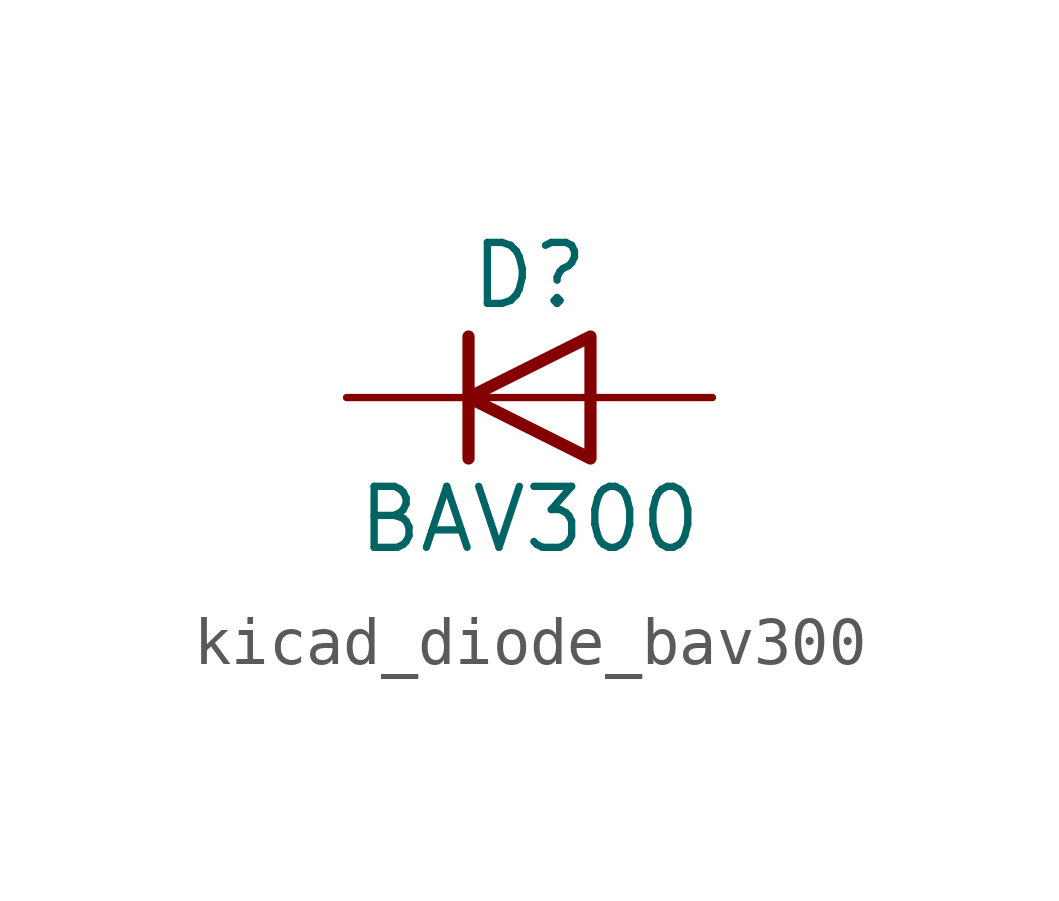
<source format=kicad_sym>
(kicad_symbol_lib
  (version 20220914)
  (generator kicad_symbol_editor)
  (symbol "kicad_diode_bav300"
    (pin_numbers hide)
    (pin_names hide)
    (property "Reference" "D"
      (at 0 2.54 0)
      (effects (font (size 1.27 1.27))))
    (property "Value" "BAV300"
      (at 0 -2.54 0)
      (effects (font (size 1.27 1.27))))
    (symbol "kicad_diode_bav300_0_1"
      (polyline (pts (xy -1.27 1.27) (xy -1.27 -1.27)) (stroke (width 0.254) (type default)) (fill (type none)))
      (polyline (pts (xy 1.27 0) (xy -1.27 0)) (stroke (width 0) (type default)) (fill (type none)))
      (polyline (pts (xy 1.27 1.27) (xy 1.27 -1.27) (xy -1.27 0) (xy 1.27 1.27)) (stroke (width 0.254) (type default)) (fill (type none))))
    (symbol "kicad_diode_bav300_1_1"
      (pin passive line (at -3.81 0 0) (length 2.54) (name "K" (effects (font (size 1.27 1.27)))) (number "1" (effects (font (size 1.27 1.27)))))
      (pin passive line (at 3.81 0 180) (length 2.54) (name "A" (effects (font (size 1.27 1.27)))) (number "2" (effects (font (size 1.27 1.27))))))))
</source>
